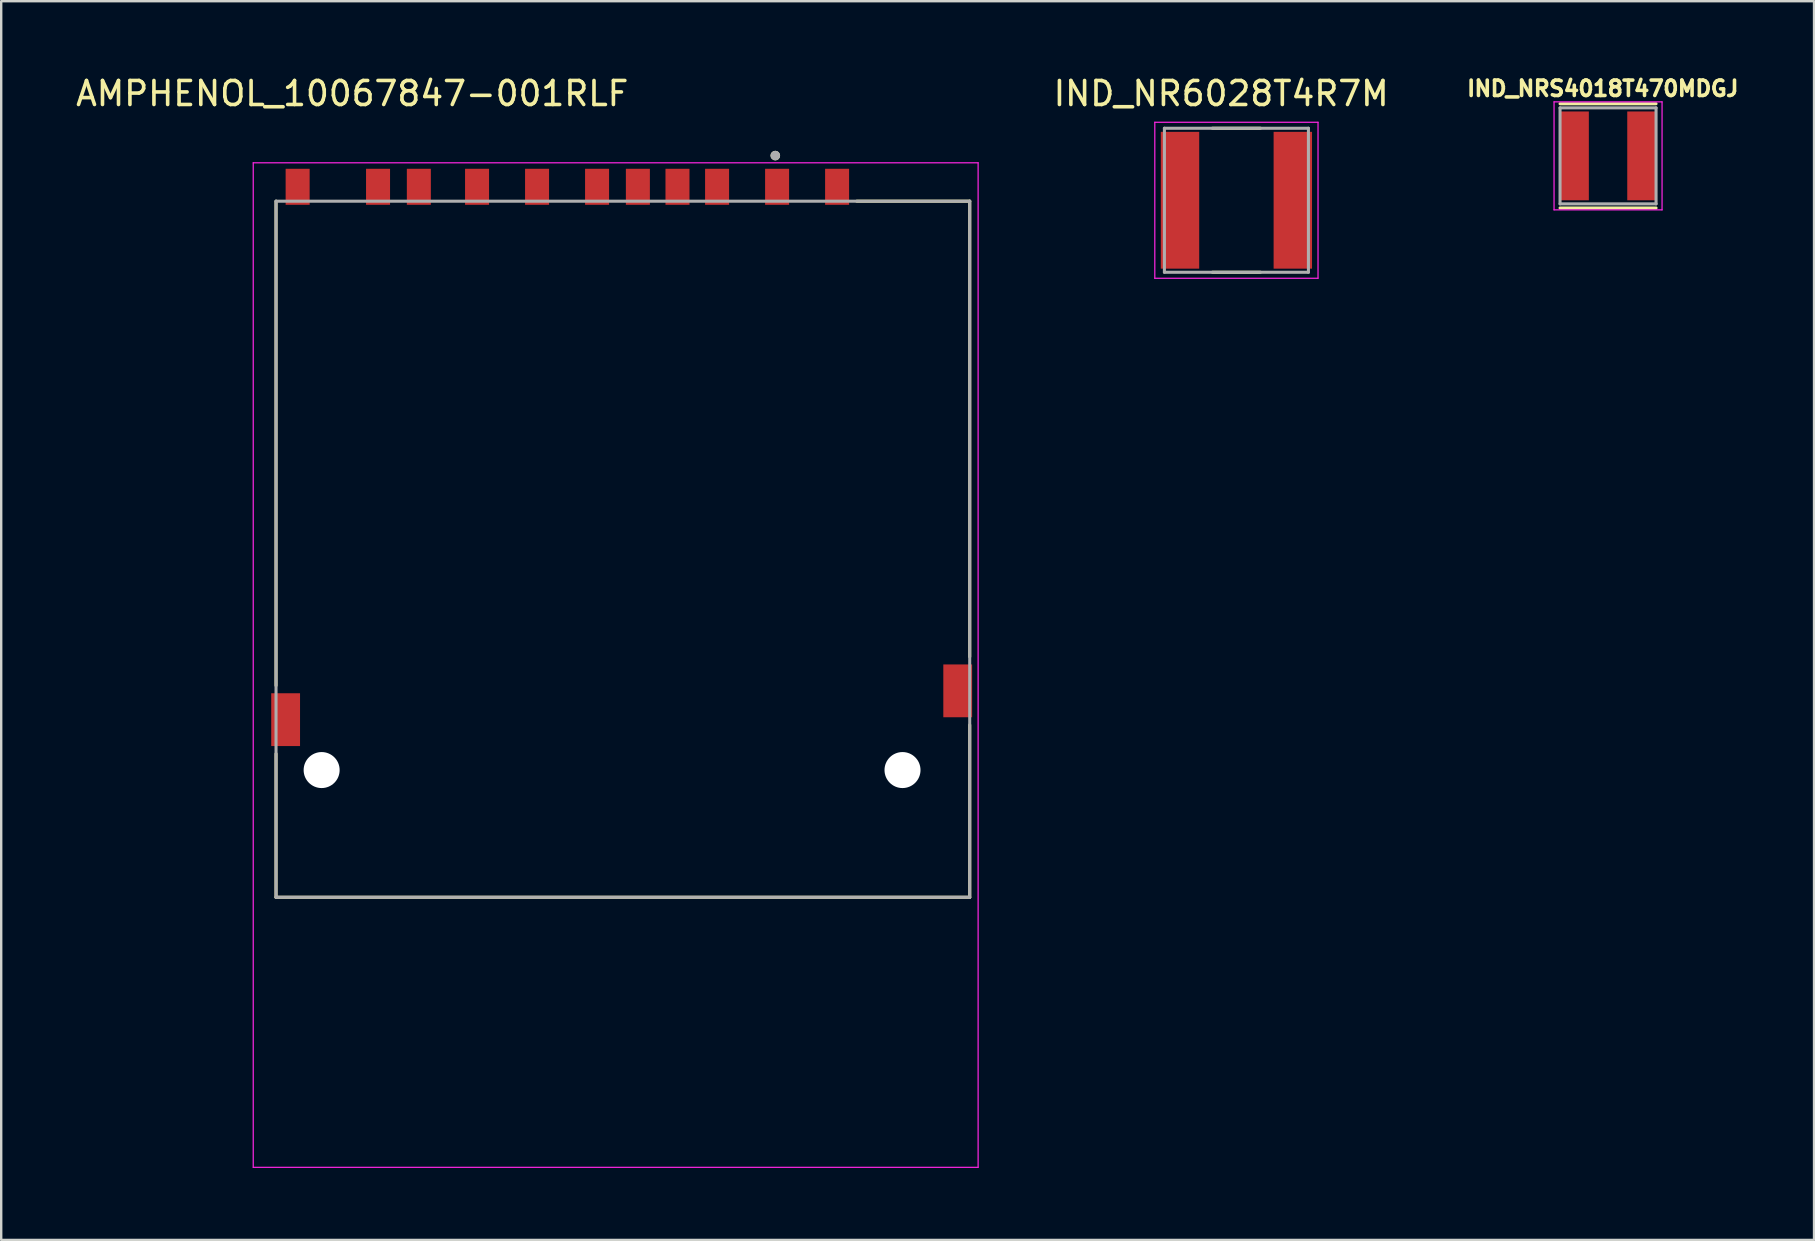
<source format=kicad_pcb>
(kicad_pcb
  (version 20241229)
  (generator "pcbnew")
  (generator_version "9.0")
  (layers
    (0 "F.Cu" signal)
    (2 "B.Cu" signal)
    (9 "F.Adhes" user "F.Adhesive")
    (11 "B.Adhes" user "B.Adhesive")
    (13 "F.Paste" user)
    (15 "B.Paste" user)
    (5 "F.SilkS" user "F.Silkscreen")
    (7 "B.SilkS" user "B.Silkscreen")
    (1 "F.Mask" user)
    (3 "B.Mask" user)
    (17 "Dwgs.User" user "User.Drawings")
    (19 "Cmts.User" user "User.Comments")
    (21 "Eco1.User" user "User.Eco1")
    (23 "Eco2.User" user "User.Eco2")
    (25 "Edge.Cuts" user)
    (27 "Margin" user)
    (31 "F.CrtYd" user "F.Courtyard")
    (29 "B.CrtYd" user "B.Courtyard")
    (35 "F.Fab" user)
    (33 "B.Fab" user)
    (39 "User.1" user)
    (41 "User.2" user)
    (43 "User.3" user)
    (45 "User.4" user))
  (footprint "IND_NR6028T4R7M"
    (layer "F.Cu")
    (at 48.461 5.293)
    (property "Reference" "IND_NR6028T4R7M" (at -0.635 -4.445 0) (layer "F.SilkS") (effects (font (size 1 1) (thickness 0.15))))
    (attr smd)
    (fp_line (start -1 -3) (end 1 -3) (stroke (width 0.127) (type solid)) (layer "F.SilkS"))
    (fp_line (start -1 3) (end 1 3) (stroke (width 0.127) (type solid)) (layer "F.SilkS"))
    (fp_line (start -3.4 -3.25) (end 3.4 -3.25) (stroke (width 0.05) (type solid)) (layer "F.CrtYd"))
    (fp_line (start -3.4 3.25) (end -3.4 -3.25) (stroke (width 0.05) (type solid)) (layer "F.CrtYd"))
    (fp_line (start 3.4 -3.25) (end 3.4 3.25) (stroke (width 0.05) (type solid)) (layer "F.CrtYd"))
    (fp_line (start 3.4 3.25) (end -3.4 3.25) (stroke (width 0.05) (type solid)) (layer "F.CrtYd"))
    (fp_line (start -3 -3) (end 3 -3) (stroke (width 0.127) (type solid)) (layer "F.Fab"))
    (fp_line (start -3 3) (end -3 -3) (stroke (width 0.127) (type solid)) (layer "F.Fab"))
    (fp_line (start 3 -3) (end 3 3) (stroke (width 0.127) (type solid)) (layer "F.Fab"))
    (fp_line (start 3 3) (end -3 3) (stroke (width 0.127) (type solid)) (layer "F.Fab"))
    (pad "1" smd rect (at -2.35 0) (size 1.6 5.7) (layers "F.Cu" "F.Mask" "F.Paste"))
    (pad "2" smd rect (at 2.35 0) (size 1.6 5.7) (layers "F.Cu" "F.Mask" "F.Paste")))
  (footprint "AMPHENOL_10067847-001RLF"
    (layer "F.Cu")
    (at 22.45 29.032)
    (property "Reference" "AMPHENOL_10067847-001RLF" (at -10.825 -28.184 0) (layer "F.SilkS") (effects (font (size 1 1) (thickness 0.15))))
    (attr through_hole)
    (fp_line (start -14 -23.7) (end -14 -3.52) (stroke (width 0.127) (type solid)) (layer "F.SilkS"))
    (fp_line (start -14 -0.68) (end -14 5.3) (stroke (width 0.127) (type solid)) (layer "F.SilkS"))
    (fp_line (start -14 5.3) (end 14.9 5.3) (stroke (width 0.127) (type solid)) (layer "F.SilkS"))
    (fp_line (start 10.195 -23.7) (end 14.9 -23.7) (stroke (width 0.127) (type solid)) (layer "F.SilkS"))
    (fp_line (start 14.9 -23.7) (end 14.9 -4.72) (stroke (width 0.127) (type solid)) (layer "F.SilkS"))
    (fp_line (start 14.9 5.3) (end 14.9 -1.88) (stroke (width 0.127) (type solid)) (layer "F.SilkS"))
    (fp_circle (center 6.8 -25.6) (end 6.9 -25.6) (stroke (width 0.2) (type solid)) (fill no) (layer "F.SilkS"))
    (fp_line (start -14.95 -25.3) (end 15.25 -25.3) (stroke (width 0.05) (type solid)) (layer "F.CrtYd"))
    (fp_line (start -14.95 16.55) (end -14.95 -25.3) (stroke (width 0.05) (type solid)) (layer "F.CrtYd"))
    (fp_line (start 15.25 -25.3) (end 15.25 16.55) (stroke (width 0.05) (type solid)) (layer "F.CrtYd"))
    (fp_line (start 15.25 16.55) (end -14.95 16.55) (stroke (width 0.05) (type solid)) (layer "F.CrtYd"))
    (fp_line (start -14 -23.7) (end 14.9 -23.7) (stroke (width 0.127) (type solid)) (layer "F.Fab"))
    (fp_line (start -14 5.3) (end -14 -23.7) (stroke (width 0.127) (type solid)) (layer "F.Fab"))
    (fp_line (start 14.9 -23.7) (end 14.9 5.3) (stroke (width 0.127) (type solid)) (layer "F.Fab"))
    (fp_line (start 14.9 5.3) (end -14 5.3) (stroke (width 0.127) (type solid)) (layer "F.Fab"))
    (fp_circle (center 6.8 -25.6) (end 6.9 -25.6) (stroke (width 0.2) (type solid)) (fill no) (layer "F.Fab"))
    (pad "" np_thru_hole circle (at -12.1 0) (size 1.5 1.5) (drill 1.5) (layers "*.Cu" "*.Mask"))
    (pad "" np_thru_hole circle (at 12.1 0) (size 1.5 1.5) (drill 1.5) (layers "*.Cu" "*.Mask"))
    (pad "1" smd rect (at 6.875 -24.3) (size 1 1.5) (layers "F.Cu" "F.Mask" "F.Paste"))
    (pad "2" smd rect (at 4.375 -24.3) (size 1 1.5) (layers "F.Cu" "F.Mask" "F.Paste"))
    (pad "3" smd rect (at 1.075 -24.3) (size 1 1.5) (layers "F.Cu" "F.Mask" "F.Paste"))
    (pad "4" smd rect (at -0.625 -24.3) (size 1 1.5) (layers "F.Cu" "F.Mask" "F.Paste"))
    (pad "5" smd rect (at -3.125 -24.3) (size 1 1.5) (layers "F.Cu" "F.Mask" "F.Paste"))
    (pad "6" smd rect (at -5.625 -24.3) (size 1 1.5) (layers "F.Cu" "F.Mask" "F.Paste"))
    (pad "7" smd rect (at -8.05 -24.3) (size 1 1.5) (layers "F.Cu" "F.Mask" "F.Paste"))
    (pad "8" smd rect (at -9.75 -24.3) (size 1 1.5) (layers "F.Cu" "F.Mask" "F.Paste"))
    (pad "9" smd rect (at 9.375 -24.3) (size 1 1.5) (layers "F.Cu" "F.Mask" "F.Paste"))
    (pad "CD" smd rect (at 2.725 -24.3) (size 1 1.5) (layers "F.Cu" "F.Mask" "F.Paste"))
    (pad "G1" smd rect (at -13.6 -2.1) (size 1.2 2.2) (layers "F.Cu" "F.Mask" "F.Paste"))
    (pad "G2" smd rect (at 14.4 -3.3) (size 1.2 2.2) (layers "F.Cu" "F.Mask" "F.Paste"))
    (pad "WP" smd rect (at -13.1 -24.3) (size 1 1.5) (layers "F.Cu" "F.Mask" "F.Paste"))
    (zone (net_name "") (layer "F.Cu") (hatch full 0.508) (connect_pads) (min_thickness 0.01) (filled_areas_thickness no) (keepout (tracks not_allowed) (vias not_allowed) (pads not_allowed) (copperpour not_allowed) (footprints allowed)) (placement (enabled no)) (fill) (polygon (pts (xy 7.75 14.532) (xy 8.95 14.532) (xy 8.95 20.832) (xy 7.75 20.832))))
    (zone (net_name "") (layer "F.Cu") (hatch full 0.508) (connect_pads) (min_thickness 0.01) (filled_areas_thickness no) (keepout (tracks not_allowed) (vias not_allowed) (pads not_allowed) (copperpour not_allowed) (footprints allowed)) (placement (enabled no)) (fill) (polygon (pts (xy 12.14 11.432) (xy 13.24 11.432) (xy 13.24 13.432) (xy 12.14 13.432))))
    (zone (net_name "") (layer "F.Cu") (hatch full 0.508) (connect_pads) (min_thickness 0.01) (filled_areas_thickness no) (keepout (tracks not_allowed) (vias not_allowed) (pads not_allowed) (copperpour not_allowed) (footprints allowed)) (placement (enabled no)) (fill) (polygon (pts (xy 13.84 11.432) (xy 14.94 11.432) (xy 14.94 13.432) (xy 13.84 13.432))))
    (zone (net_name "") (layer "F.Cu") (hatch full 0.508) (connect_pads) (min_thickness 0.01) (filled_areas_thickness no) (keepout (tracks not_allowed) (vias not_allowed) (pads not_allowed) (copperpour not_allowed) (footprints allowed)) (placement (enabled no)) (fill) (polygon (pts (xy 16.27 11.432) (xy 17.37 11.432) (xy 17.37 13.432) (xy 16.27 13.432))))
    (zone (net_name "") (layer "F.Cu") (hatch full 0.508) (connect_pads) (min_thickness 0.01) (filled_areas_thickness no) (keepout (tracks not_allowed) (vias not_allowed) (pads not_allowed) (copperpour not_allowed) (footprints allowed)) (placement (enabled no)) (fill) (polygon (pts (xy 18.77 11.432) (xy 19.87 11.432) (xy 19.87 13.432) (xy 18.77 13.432))))
    (zone (net_name "") (layer "F.Cu") (hatch full 0.508) (connect_pads) (min_thickness 0.01) (filled_areas_thickness no) (keepout (tracks not_allowed) (vias not_allowed) (pads not_allowed) (copperpour not_allowed) (footprints allowed)) (placement (enabled no)) (fill) (polygon (pts (xy 21.27 11.832) (xy 22.37 11.832) (xy 22.37 13.832) (xy 21.27 13.832))))
    (zone (net_name "") (layer "F.Cu") (hatch full 0.508) (connect_pads) (min_thickness 0.01) (filled_areas_thickness no) (keepout (tracks not_allowed) (vias not_allowed) (pads not_allowed) (copperpour not_allowed) (footprints allowed)) (placement (enabled no)) (fill) (polygon (pts (xy 23.37 11.332) (xy 25.27 11.332) (xy 25.27 13.832) (xy 23.37 13.832))))
    (zone (net_name "") (layer "F.Cu") (hatch full 0.508) (connect_pads) (min_thickness 0.01) (filled_areas_thickness no) (keepout (tracks not_allowed) (vias not_allowed) (pads not_allowed) (copperpour not_allowed) (footprints allowed)) (placement (enabled no)) (fill) (polygon (pts (xy 26.27 11.532) (xy 27.37 11.532) (xy 27.37 13.532) (xy 26.27 13.532))))
    (zone (net_name "") (layer "F.Cu") (hatch full 0.508) (connect_pads) (min_thickness 0.01) (filled_areas_thickness no) (keepout (tracks not_allowed) (vias not_allowed) (pads not_allowed) (copperpour not_allowed) (footprints allowed)) (placement (enabled no)) (fill) (polygon (pts (xy 28.77 10.732) (xy 29.87 10.732) (xy 29.87 13.232) (xy 28.77 13.232))))
    (zone (net_name "") (layer "F.Cu") (hatch full 0.508) (connect_pads) (min_thickness 0.01) (filled_areas_thickness no) (keepout (tracks not_allowed) (vias not_allowed) (pads not_allowed) (copperpour not_allowed) (footprints allowed)) (placement (enabled no)) (fill) (polygon (pts (xy 31.27 13.832) (xy 32.37 13.832) (xy 32.37 15.832) (xy 31.27 15.832))))
    (zone (net_name "") (layers "F.Cu" "B.Cu") (hatch full 0.508) (connect_pads) (min_thickness 0.01) (filled_areas_thickness no) (keepout (tracks allowed) (vias not_allowed) (pads allowed) (copperpour allowed) (footprints allowed)) (placement (enabled no)) (fill) (polygon (pts (xy 7.75 14.532) (xy 8.95 14.532) (xy 8.95 20.832) (xy 7.75 20.832))))
    (zone (net_name "") (layers "F.Cu" "B.Cu") (hatch full 0.508) (connect_pads) (min_thickness 0.01) (filled_areas_thickness no) (keepout (tracks allowed) (vias not_allowed) (pads allowed) (copperpour allowed) (footprints allowed)) (placement (enabled no)) (fill) (polygon (pts (xy 12.14 11.432) (xy 13.24 11.432) (xy 13.24 13.432) (xy 12.14 13.432))))
    (zone (net_name "") (layers "F.Cu" "B.Cu") (hatch full 0.508) (connect_pads) (min_thickness 0.01) (filled_areas_thickness no) (keepout (tracks allowed) (vias not_allowed) (pads allowed) (copperpour allowed) (footprints allowed)) (placement (enabled no)) (fill) (polygon (pts (xy 13.84 11.432) (xy 14.94 11.432) (xy 14.94 13.432) (xy 13.84 13.432))))
    (zone (net_name "") (layers "F.Cu" "B.Cu") (hatch full 0.508) (connect_pads) (min_thickness 0.01) (filled_areas_thickness no) (keepout (tracks allowed) (vias not_allowed) (pads allowed) (copperpour allowed) (footprints allowed)) (placement (enabled no)) (fill) (polygon (pts (xy 16.27 11.432) (xy 17.37 11.432) (xy 17.37 13.432) (xy 16.27 13.432))))
    (zone (net_name "") (layers "F.Cu" "B.Cu") (hatch full 0.508) (connect_pads) (min_thickness 0.01) (filled_areas_thickness no) (keepout (tracks allowed) (vias not_allowed) (pads allowed) (copperpour allowed) (footprints allowed)) (placement (enabled no)) (fill) (polygon (pts (xy 18.77 11.432) (xy 19.87 11.432) (xy 19.87 13.432) (xy 18.77 13.432))))
    (zone (net_name "") (layers "F.Cu" "B.Cu") (hatch full 0.508) (connect_pads) (min_thickness 0.01) (filled_areas_thickness no) (keepout (tracks allowed) (vias not_allowed) (pads allowed) (copperpour allowed) (footprints allowed)) (placement (enabled no)) (fill) (polygon (pts (xy 21.27 11.832) (xy 22.37 11.832) (xy 22.37 13.832) (xy 21.27 13.832))))
    (zone (net_name "") (layers "F.Cu" "B.Cu") (hatch full 0.508) (connect_pads) (min_thickness 0.01) (filled_areas_thickness no) (keepout (tracks allowed) (vias not_allowed) (pads allowed) (copperpour allowed) (footprints allowed)) (placement (enabled no)) (fill) (polygon (pts (xy 23.37 11.332) (xy 25.27 11.332) (xy 25.27 13.832) (xy 23.37 13.832))))
    (zone (net_name "") (layers "F.Cu" "B.Cu") (hatch full 0.508) (connect_pads) (min_thickness 0.01) (filled_areas_thickness no) (keepout (tracks allowed) (vias not_allowed) (pads allowed) (copperpour allowed) (footprints allowed)) (placement (enabled no)) (fill) (polygon (pts (xy 26.27 11.532) (xy 27.37 11.532) (xy 27.37 13.532) (xy 26.27 13.532))))
    (zone (net_name "") (layers "F.Cu" "B.Cu") (hatch full 0.508) (connect_pads) (min_thickness 0.01) (filled_areas_thickness no) (keepout (tracks allowed) (vias not_allowed) (pads allowed) (copperpour allowed) (footprints allowed)) (placement (enabled no)) (fill) (polygon (pts (xy 28.77 10.732) (xy 29.87 10.732) (xy 29.87 13.232) (xy 28.77 13.232))))
    (zone (net_name "") (layers "F.Cu" "B.Cu") (hatch full 0.508) (connect_pads) (min_thickness 0.01) (filled_areas_thickness no) (keepout (tracks allowed) (vias not_allowed) (pads allowed) (copperpour allowed) (footprints allowed)) (placement (enabled no)) (fill) (polygon (pts (xy 31.27 13.832) (xy 32.37 13.832) (xy 32.37 15.832) (xy 31.27 15.832)))))
  (footprint "IND_NRS4018T470MDGJ"
    (layer "F.Cu")
    (at 63.944 3.444)
    (property "Reference" "IND_NRS4018T470MDGJ" (at -0.218 -2.806 0) (layer "F.SilkS") (effects (font (size 0.64 0.64) (thickness 0.15))))
    (attr through_hole)
    (fp_line (start -2 -2.17) (end 2 -2.17) (stroke (width 0.127) (type solid)) (layer "F.SilkS"))
    (fp_line (start -2 2.17) (end 2 2.17) (stroke (width 0.127) (type solid)) (layer "F.SilkS"))
    (fp_line (start -2.25 -2.25) (end 2.25 -2.25) (stroke (width 0.05) (type solid)) (layer "F.CrtYd"))
    (fp_line (start -2.25 2.25) (end -2.25 -2.25) (stroke (width 0.05) (type solid)) (layer "F.CrtYd"))
    (fp_line (start 2.25 -2.25) (end 2.25 2.25) (stroke (width 0.05) (type solid)) (layer "F.CrtYd"))
    (fp_line (start 2.25 2.25) (end -2.25 2.25) (stroke (width 0.05) (type solid)) (layer "F.CrtYd"))
    (fp_line (start -2 -2) (end 2 -2) (stroke (width 0.127) (type solid)) (layer "F.Fab"))
    (fp_line (start -2 2) (end -2 -2) (stroke (width 0.127) (type solid)) (layer "F.Fab"))
    (fp_line (start 2 -2) (end 2 2) (stroke (width 0.127) (type solid)) (layer "F.Fab"))
    (fp_line (start 2 2) (end -2 2) (stroke (width 0.127) (type solid)) (layer "F.Fab"))
    (pad "1" smd rect (at -1.4 0) (size 1.2 3.7) (layers "F.Cu" "F.Mask" "F.Paste"))
    (pad "2" smd rect (at 1.4 0) (size 1.2 3.7) (layers "F.Cu" "F.Mask" "F.Paste")))
  (gr_rect
    (start -3 -3)
    (end 72.526 48.607)
    (stroke (width 0.1) (type default))
    (fill no)
    (layer "Edge.Cuts")))
</source>
